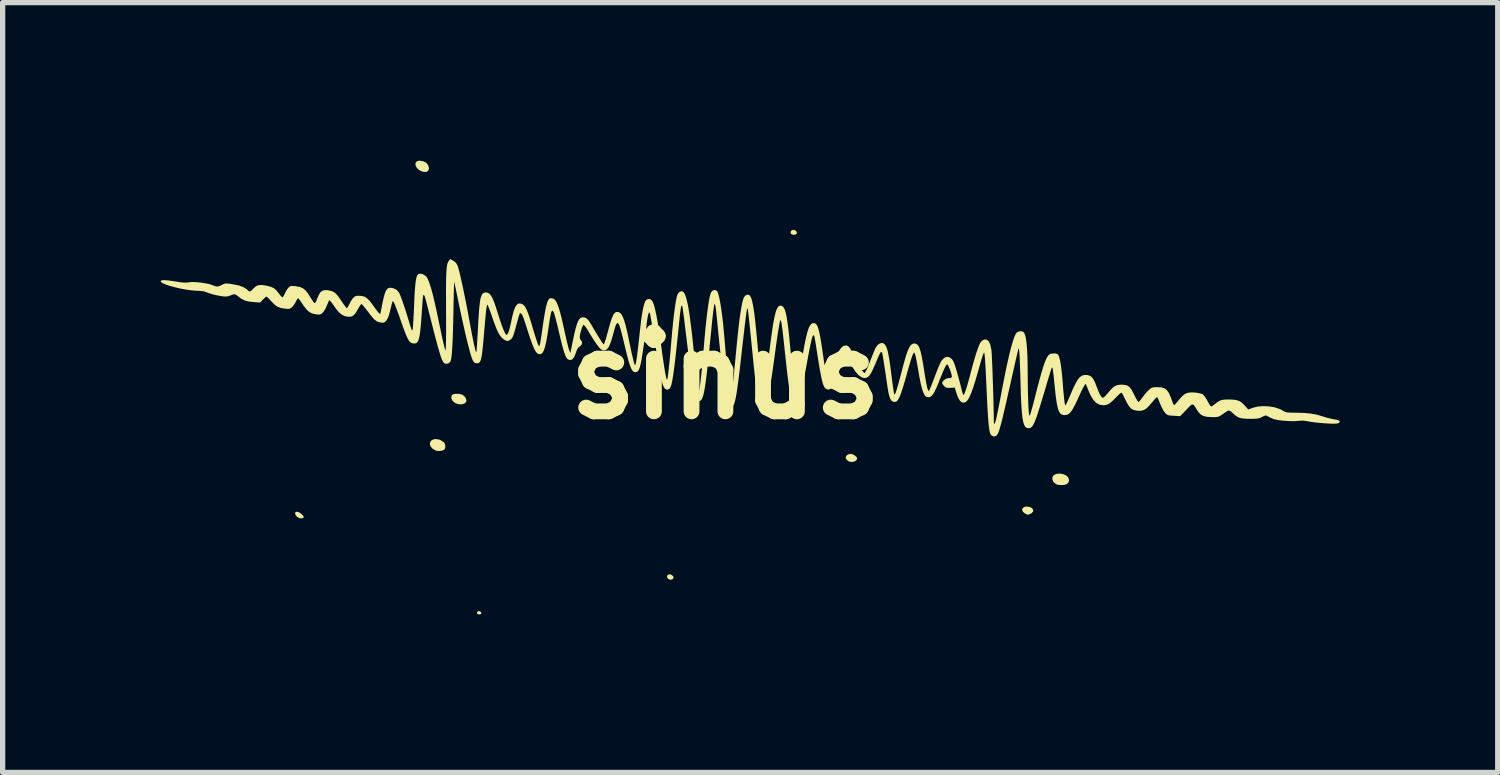
<source format=kicad_pcb>
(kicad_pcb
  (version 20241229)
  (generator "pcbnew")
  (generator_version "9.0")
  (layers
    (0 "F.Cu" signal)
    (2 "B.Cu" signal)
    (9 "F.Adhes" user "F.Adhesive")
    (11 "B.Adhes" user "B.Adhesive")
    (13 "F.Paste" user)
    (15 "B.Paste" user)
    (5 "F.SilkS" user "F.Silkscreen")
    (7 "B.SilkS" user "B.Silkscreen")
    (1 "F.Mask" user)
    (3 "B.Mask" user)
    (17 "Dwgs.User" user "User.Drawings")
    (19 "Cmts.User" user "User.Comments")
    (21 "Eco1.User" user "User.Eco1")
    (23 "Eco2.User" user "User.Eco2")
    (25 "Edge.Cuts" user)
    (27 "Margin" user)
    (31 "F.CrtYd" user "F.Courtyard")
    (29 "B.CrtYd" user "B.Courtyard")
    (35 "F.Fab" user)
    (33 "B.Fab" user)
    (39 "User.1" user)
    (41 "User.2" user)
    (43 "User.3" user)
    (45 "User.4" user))
  (footprint "sinus"
    (layer "F.Cu")
    (at 10.72 4.08)
    (property "Reference" "sinus" (at 0 0 0) (layer "F.SilkS") (effects (font (size 1.5 1.5) (thickness 0.3))))
    (attr board_only exclude_from_pos_files exclude_from_bom)
    (fp_poly (pts (xy -4.648 4.481) (xy -4.633 4.503) (xy -4.638 4.524) (xy -4.664 4.533) (xy -4.696 4.529) (xy -4.713 4.517) (xy -4.715 4.491) (xy -4.693 4.473) (xy -4.674 4.47)) (stroke (width 0) (type solid)) (fill yes) (layer "F.SilkS"))
    (fp_poly (pts (xy 1.327 -2.756) (xy 1.352 -2.73) (xy 1.355 -2.698) (xy 1.354 -2.697) (xy 1.333 -2.679) (xy 1.298 -2.673) (xy 1.262 -2.679) (xy 1.241 -2.696) (xy 1.24 -2.696) (xy 1.238 -2.735) (xy 1.261 -2.761) (xy 1.287 -2.767)) (stroke (width 0) (type solid)) (fill yes) (layer "F.SilkS"))
    (fp_poly (pts (xy -1.011 3.789) (xy -0.989 3.813) (xy -0.984 3.84) (xy -1 3.862) (xy -1.009 3.867) (xy -1.041 3.875) (xy -1.067 3.868) (xy -1.082 3.86) (xy -1.106 3.833) (xy -1.107 3.801) (xy -1.086 3.778) (xy -1.079 3.775) (xy -1.042 3.774)) (stroke (width 0) (type solid)) (fill yes) (layer "F.SilkS"))
    (fp_poly (pts (xy -8.116 2.586) (xy -8.081 2.602) (xy -8.043 2.631) (xy -8.014 2.663) (xy -8.003 2.688) (xy -8.016 2.703) (xy -8.047 2.709) (xy -8.083 2.706) (xy -8.09 2.704) (xy -8.13 2.68) (xy -8.157 2.65) (xy -8.169 2.62) (xy -8.164 2.595) (xy -8.141 2.584)) (stroke (width 0) (type solid)) (fill yes) (layer "F.SilkS"))
    (fp_poly (pts (xy -5.732 -4.068) (xy -5.674 -4.036) (xy -5.638 -3.987) (xy -5.627 -3.933) (xy -5.639 -3.891) (xy -5.673 -3.868) (xy -5.724 -3.866) (xy -5.767 -3.878) (xy -5.823 -3.909) (xy -5.861 -3.949) (xy -5.882 -3.991) (xy -5.884 -4.03) (xy -5.865 -4.061) (xy -5.826 -4.078) (xy -5.806 -4.08)) (stroke (width 0) (type solid)) (fill yes) (layer "F.SilkS"))
    (fp_poly (pts (xy 5.776 2.494) (xy 5.819 2.515) (xy 5.841 2.545) (xy 5.841 2.578) (xy 5.814 2.609) (xy 5.8 2.618) (xy 5.761 2.636) (xy 5.734 2.639) (xy 5.703 2.626) (xy 5.688 2.618) (xy 5.646 2.584) (xy 5.632 2.547) (xy 5.644 2.513) (xy 5.679 2.491) (xy 5.718 2.485)) (stroke (width 0) (type solid)) (fill yes) (layer "F.SilkS"))
    (fp_poly (pts (xy 2.416 1.494) (xy 2.458 1.517) (xy 2.489 1.545) (xy 2.501 1.571) (xy 2.487 1.606) (xy 2.452 1.63) (xy 2.403 1.64) (xy 2.348 1.632) (xy 2.345 1.63) (xy 2.312 1.608) (xy 2.288 1.574) (xy 2.282 1.553) (xy 2.296 1.521) (xy 2.33 1.495) (xy 2.374 1.485) (xy 2.375 1.485)) (stroke (width 0) (type solid)) (fill yes) (layer "F.SilkS"))
    (fp_poly (pts (xy 6.423 1.874) (xy 6.478 1.902) (xy 6.511 1.94) (xy 6.524 1.992) (xy 6.507 2.035) (xy 6.472 2.063) (xy 6.43 2.075) (xy 6.373 2.078) (xy 6.316 2.073) (xy 6.276 2.061) (xy 6.231 2.024) (xy 6.208 1.978) (xy 6.207 1.931) (xy 6.231 1.892) (xy 6.24 1.884) (xy 6.294 1.863) (xy 6.358 1.86)) (stroke (width 0) (type solid)) (fill yes) (layer "F.SilkS"))
    (fp_poly (pts (xy -5.417 1.218) (xy -5.352 1.26) (xy -5.334 1.279) (xy -5.318 1.318) (xy -5.317 1.363) (xy -5.331 1.399) (xy -5.337 1.406) (xy -5.377 1.424) (xy -5.432 1.431) (xy -5.485 1.427) (xy -5.502 1.421) (xy -5.561 1.386) (xy -5.597 1.343) (xy -5.611 1.298) (xy -5.602 1.256) (xy -5.572 1.223) (xy -5.519 1.205) (xy -5.493 1.204)) (stroke (width 0) (type solid)) (fill yes) (layer "F.SilkS"))
    (fp_poly (pts (xy -5.057 0.347) (xy -5.006 0.358) (xy -4.994 0.363) (xy -4.956 0.391) (xy -4.928 0.431) (xy -4.915 0.472) (xy -4.918 0.492) (xy -4.946 0.526) (xy -4.993 0.544) (xy -5.051 0.545) (xy -5.111 0.529) (xy -5.144 0.511) (xy -5.185 0.471) (xy -5.204 0.425) (xy -5.198 0.381) (xy -5.189 0.366) (xy -5.159 0.351) (xy -5.112 0.345)) (stroke (width 0) (type solid)) (fill yes) (layer "F.SilkS"))
    (fp_poly (pts (xy -5.164 -2.18) (xy -5.114 -2.141) (xy -5.084 -2.087) (xy -5.065 -2.025) (xy -5.042 -1.936) (xy -5.016 -1.823) (xy -4.986 -1.689) (xy -4.955 -1.537) (xy -4.921 -1.371) (xy -4.887 -1.194) (xy -4.868 -1.086) (xy -4.836 -0.915) (xy -4.809 -0.772) (xy -4.786 -0.658) (xy -4.767 -0.569) (xy -4.752 -0.505) (xy -4.741 -0.464) (xy -4.732 -0.444) (xy -4.731 -0.443) (xy -4.729 -0.443) (xy -4.727 -0.451) (xy -4.724 -0.469) (xy -4.721 -0.5) (xy -4.718 -0.547) (xy -4.714 -0.612) (xy -4.709 -0.698) (xy -4.702 -0.808) (xy -4.695 -0.945) (xy -4.689 -1.051) (xy -4.68 -1.196) (xy -4.67 -1.313) (xy -4.659 -1.405) (xy -4.646 -1.474) (xy -4.629 -1.523) (xy -4.609 -1.555) (xy -4.584 -1.572) (xy -4.554 -1.579) (xy -4.548 -1.579) (xy -4.514 -1.574) (xy -4.484 -1.558) (xy -4.455 -1.528) (xy -4.427 -1.48) (xy -4.397 -1.412) (xy -4.364 -1.32) (xy -4.326 -1.202) (xy -4.313 -1.161) (xy -4.272 -1.031) (xy -4.235 -0.926) (xy -4.203 -0.847) (xy -4.177 -0.795) (xy -4.159 -0.775) (xy -4.141 -0.779) (xy -4.121 -0.814) (xy -4.1 -0.878) (xy -4.078 -0.97) (xy -4.072 -1) (xy -4.045 -1.126) (xy -4.02 -1.223) (xy -3.993 -1.293) (xy -3.965 -1.34) (xy -3.934 -1.365) (xy -3.899 -1.37) (xy -3.86 -1.359) (xy -3.829 -1.339) (xy -3.799 -1.301) (xy -3.769 -1.242) (xy -3.737 -1.16) (xy -3.702 -1.053) (xy -3.681 -0.984) (xy -3.64 -0.845) (xy -3.606 -0.736) (xy -3.579 -0.653) (xy -3.558 -0.597) (xy -3.543 -0.565) (xy -3.533 -0.556) (xy -3.532 -0.557) (xy -3.525 -0.577) (xy -3.515 -0.621) (xy -3.504 -0.686) (xy -3.492 -0.763) (xy -3.486 -0.805) (xy -3.463 -0.97) (xy -3.442 -1.106) (xy -3.423 -1.216) (xy -3.406 -1.302) (xy -3.389 -1.368) (xy -3.373 -1.415) (xy -3.356 -1.446) (xy -3.338 -1.463) (xy -3.318 -1.469) (xy -3.314 -1.469) (xy -3.283 -1.466) (xy -3.255 -1.454) (xy -3.23 -1.431) (xy -3.206 -1.395) (xy -3.183 -1.342) (xy -3.158 -1.271) (xy -3.132 -1.179) (xy -3.103 -1.063) (xy -3.071 -0.92) (xy -3.041 -0.786) (xy -3.021 -0.697) (xy -3.002 -0.615) (xy -2.984 -0.547) (xy -2.971 -0.498) (xy -2.965 -0.481) (xy -2.943 -0.43) (xy -2.924 -0.524) (xy -2.893 -0.674) (xy -2.867 -0.797) (xy -2.843 -0.895) (xy -2.821 -0.97) (xy -2.8 -1.025) (xy -2.779 -1.064) (xy -2.757 -1.089) (xy -2.732 -1.102) (xy -2.711 -1.107) (xy -2.669 -1.103) (xy -2.631 -1.082) (xy -2.592 -1.039) (xy -2.548 -0.971) (xy -2.543 -0.961) (xy -2.501 -0.889) (xy -2.457 -0.815) (xy -2.414 -0.745) (xy -2.375 -0.683) (xy -2.343 -0.633) (xy -2.321 -0.602) (xy -2.313 -0.594) (xy -2.304 -0.603) (xy -2.292 -0.63) (xy -2.275 -0.679) (xy -2.254 -0.752) (xy -2.226 -0.852) (xy -2.212 -0.907) (xy -2.18 -1.017) (xy -2.152 -1.1) (xy -2.126 -1.158) (xy -2.099 -1.193) (xy -2.07 -1.209) (xy -2.037 -1.207) (xy -2.021 -1.202) (xy -1.994 -1.186) (xy -1.968 -1.154) (xy -1.944 -1.106) (xy -1.919 -1.039) (xy -1.893 -0.949) (xy -1.865 -0.834) (xy -1.835 -0.693) (xy -1.821 -0.625) (xy -1.801 -0.53) (xy -1.782 -0.438) (xy -1.763 -0.357) (xy -1.748 -0.295) (xy -1.741 -0.266) (xy -1.726 -0.218) (xy -1.717 -0.198) (xy -1.71 -0.201) (xy -1.703 -0.223) (xy -1.702 -0.226) (xy -1.694 -0.265) (xy -1.683 -0.335) (xy -1.67 -0.433) (xy -1.655 -0.558) (xy -1.638 -0.709) (xy -1.619 -0.885) (xy -1.617 -0.899) (xy -1.599 -1.055) (xy -1.579 -1.187) (xy -1.559 -1.293) (xy -1.538 -1.371) (xy -1.522 -1.41) (xy -1.495 -1.444) (xy -1.456 -1.454) (xy -1.454 -1.454) (xy -1.42 -1.448) (xy -1.396 -1.426) (xy -1.377 -1.394) (xy -1.357 -1.343) (xy -1.336 -1.262) (xy -1.312 -1.153) (xy -1.287 -1.018) (xy -1.261 -0.858) (xy -1.234 -0.676) (xy -1.22 -0.571) (xy -1.195 -0.39) (xy -1.173 -0.239) (xy -1.154 -0.116) (xy -1.137 -0.023) (xy -1.124 0.04) (xy -1.114 0.073) (xy -1.11 0.078) (xy -1.102 0.063) (xy -1.093 0.016) (xy -1.083 -0.062) (xy -1.071 -0.171) (xy -1.057 -0.311) (xy -1.041 -0.482) (xy -1.031 -0.602) (xy -1.012 -0.821) (xy -0.993 -1.014) (xy -0.974 -1.179) (xy -0.956 -1.315) (xy -0.939 -1.423) (xy -0.922 -1.501) (xy -0.906 -1.549) (xy -0.904 -1.551) (xy -0.88 -1.58) (xy -0.856 -1.596) (xy -0.83 -1.603) (xy -0.805 -1.594) (xy -0.782 -1.567) (xy -0.76 -1.522) (xy -0.739 -1.455) (xy -0.718 -1.367) (xy -0.697 -1.255) (xy -0.676 -1.118) (xy -0.655 -0.955) (xy -0.632 -0.764) (xy -0.609 -0.544) (xy -0.602 -0.477) (xy -0.581 -0.278) (xy -0.562 -0.109) (xy -0.546 0.03) (xy -0.532 0.139) (xy -0.519 0.217) (xy -0.509 0.264) (xy -0.502 0.281) (xy -0.499 0.279) (xy -0.493 0.254) (xy -0.484 0.201) (xy -0.474 0.125) (xy -0.463 0.028) (xy -0.451 -0.086) (xy -0.438 -0.213) (xy -0.426 -0.35) (xy -0.414 -0.492) (xy -0.395 -0.721) (xy -0.376 -0.926) (xy -0.356 -1.106) (xy -0.337 -1.259) (xy -0.319 -1.386) (xy -0.301 -1.484) (xy -0.283 -1.553) (xy -0.271 -1.583) (xy -0.241 -1.615) (xy -0.203 -1.626) (xy -0.167 -1.613) (xy -0.159 -1.605) (xy -0.141 -1.569) (xy -0.122 -1.503) (xy -0.103 -1.411) (xy -0.083 -1.294) (xy -0.064 -1.155) (xy -0.045 -0.996) (xy -0.028 -0.818) (xy -0.011 -0.625) (xy -0.008 -0.586) (xy 0.004 -0.436) (xy 0.017 -0.29) (xy 0.03 -0.15) (xy 0.043 -0.019) (xy 0.056 0.101) (xy 0.068 0.205) (xy 0.079 0.293) (xy 0.089 0.361) (xy 0.097 0.406) (xy 0.104 0.426) (xy 0.108 0.418) (xy 0.108 0.414) (xy 0.111 0.391) (xy 0.118 0.348) (xy 0.125 0.305) (xy 0.13 0.266) (xy 0.138 0.201) (xy 0.147 0.114) (xy 0.158 0.01) (xy 0.169 -0.108) (xy 0.181 -0.233) (xy 0.188 -0.304) (xy 0.211 -0.544) (xy 0.232 -0.755) (xy 0.252 -0.937) (xy 0.271 -1.091) (xy 0.29 -1.219) (xy 0.307 -1.322) (xy 0.324 -1.402) (xy 0.341 -1.459) (xy 0.352 -1.486) (xy 0.383 -1.523) (xy 0.42 -1.538) (xy 0.455 -1.527) (xy 0.46 -1.523) (xy 0.476 -1.501) (xy 0.492 -1.467) (xy 0.506 -1.419) (xy 0.52 -1.355) (xy 0.535 -1.274) (xy 0.549 -1.173) (xy 0.564 -1.051) (xy 0.579 -0.905) (xy 0.596 -0.734) (xy 0.614 -0.535) (xy 0.633 -0.307) (xy 0.633 -0.305) (xy 0.644 -0.179) (xy 0.654 -0.059) (xy 0.664 0.051) (xy 0.674 0.146) (xy 0.681 0.221) (xy 0.687 0.271) (xy 0.688 0.281) (xy 0.696 0.337) (xy 0.701 0.382) (xy 0.703 0.405) (xy 0.707 0.421) (xy 0.711 0.42) (xy 0.718 0.399) (xy 0.729 0.347) (xy 0.742 0.268) (xy 0.757 0.162) (xy 0.775 0.029) (xy 0.795 -0.127) (xy 0.817 -0.306) (xy 0.821 -0.343) (xy 0.846 -0.548) (xy 0.869 -0.724) (xy 0.89 -0.873) (xy 0.909 -0.997) (xy 0.928 -1.098) (xy 0.947 -1.178) (xy 0.965 -1.238) (xy 0.985 -1.282) (xy 1.005 -1.31) (xy 1.027 -1.325) (xy 1.047 -1.329) (xy 1.072 -1.324) (xy 1.093 -1.309) (xy 1.113 -1.282) (xy 1.131 -1.24) (xy 1.148 -1.181) (xy 1.164 -1.103) (xy 1.179 -1.004) (xy 1.195 -0.882) (xy 1.211 -0.735) (xy 1.228 -0.56) (xy 1.242 -0.414) (xy 1.259 -0.231) (xy 1.273 -0.077) (xy 1.286 0.049) (xy 1.297 0.149) (xy 1.307 0.224) (xy 1.315 0.277) (xy 1.323 0.308) (xy 1.329 0.321) (xy 1.336 0.312) (xy 1.346 0.28) (xy 1.359 0.223) (xy 1.375 0.14) (xy 1.395 0.03) (xy 1.42 -0.109) (xy 1.448 -0.277) (xy 1.454 -0.313) (xy 1.483 -0.484) (xy 1.509 -0.626) (xy 1.534 -0.741) (xy 1.557 -0.832) (xy 1.581 -0.901) (xy 1.604 -0.95) (xy 1.629 -0.98) (xy 1.655 -0.995) (xy 1.685 -0.996) (xy 1.694 -0.994) (xy 1.714 -0.985) (xy 1.731 -0.967) (xy 1.748 -0.936) (xy 1.764 -0.891) (xy 1.78 -0.83) (xy 1.797 -0.749) (xy 1.815 -0.646) (xy 1.835 -0.518) (xy 1.857 -0.365) (xy 1.876 -0.229) (xy 1.889 -0.139) (xy 1.902 -0.054) (xy 1.915 0.017) (xy 1.925 0.068) (xy 1.929 0.084) (xy 1.941 0.122) (xy 1.951 0.135) (xy 1.961 0.124) (xy 1.965 0.117) (xy 1.975 0.092) (xy 1.992 0.043) (xy 2.013 -0.025) (xy 2.037 -0.105) (xy 2.054 -0.161) (xy 2.081 -0.249) (xy 2.107 -0.332) (xy 2.131 -0.402) (xy 2.15 -0.452) (xy 2.157 -0.47) (xy 2.199 -0.531) (xy 2.246 -0.566) (xy 2.295 -0.573) (xy 2.309 -0.569) (xy 2.335 -0.555) (xy 2.36 -0.527) (xy 2.387 -0.482) (xy 2.419 -0.415) (xy 2.458 -0.324) (xy 2.465 -0.304) (xy 2.507 -0.216) (xy 2.554 -0.142) (xy 2.578 -0.112) (xy 2.64 -0.046) (xy 2.666 -0.085) (xy 2.681 -0.114) (xy 2.704 -0.166) (xy 2.731 -0.232) (xy 2.759 -0.303) (xy 2.788 -0.377) (xy 2.815 -0.445) (xy 2.838 -0.499) (xy 2.852 -0.53) (xy 2.888 -0.58) (xy 2.932 -0.611) (xy 2.975 -0.62) (xy 2.985 -0.618) (xy 3.012 -0.604) (xy 3.035 -0.579) (xy 3.056 -0.541) (xy 3.075 -0.486) (xy 3.092 -0.411) (xy 3.11 -0.314) (xy 3.128 -0.192) (xy 3.147 -0.042) (xy 3.15 -0.021) (xy 3.163 0.08) (xy 3.175 0.172) (xy 3.186 0.25) (xy 3.195 0.309) (xy 3.202 0.344) (xy 3.204 0.35) (xy 3.21 0.357) (xy 3.219 0.349) (xy 3.232 0.322) (xy 3.248 0.275) (xy 3.268 0.206) (xy 3.295 0.113) (xy 3.327 -0.007) (xy 3.358 -0.125) (xy 3.395 -0.264) (xy 3.427 -0.375) (xy 3.456 -0.46) (xy 3.484 -0.524) (xy 3.51 -0.568) (xy 3.537 -0.595) (xy 3.566 -0.607) (xy 3.587 -0.61) (xy 3.617 -0.605) (xy 3.642 -0.591) (xy 3.665 -0.563) (xy 3.686 -0.519) (xy 3.705 -0.456) (xy 3.725 -0.371) (xy 3.745 -0.262) (xy 3.768 -0.125) (xy 3.776 -0.074) (xy 3.79 0.018) (xy 3.805 0.103) (xy 3.819 0.174) (xy 3.83 0.226) (xy 3.836 0.246) (xy 3.849 0.282) (xy 3.859 0.292) (xy 3.869 0.279) (xy 3.875 0.268) (xy 3.887 0.241) (xy 3.907 0.191) (xy 3.934 0.124) (xy 3.964 0.045) (xy 3.98 0.003) (xy 4.012 -0.081) (xy 4.044 -0.16) (xy 4.073 -0.226) (xy 4.096 -0.272) (xy 4.104 -0.285) (xy 4.151 -0.335) (xy 4.202 -0.357) (xy 4.254 -0.348) (xy 4.301 -0.311) (xy 4.327 -0.27) (xy 4.343 -0.233) (xy 4.364 -0.171) (xy 4.388 -0.091) (xy 4.415 0.000334) (xy 4.441 0.097) (xy 4.466 0.192) (xy 4.486 0.277) (xy 4.499 0.325) (xy 4.512 0.358) (xy 4.518 0.368) (xy 4.529 0.358) (xy 4.546 0.32) (xy 4.568 0.258) (xy 4.594 0.173) (xy 4.623 0.07) (xy 4.655 -0.05) (xy 4.659 -0.065) (xy 4.692 -0.19) (xy 4.726 -0.31) (xy 4.759 -0.419) (xy 4.791 -0.512) (xy 4.818 -0.583) (xy 4.832 -0.613) (xy 4.868 -0.661) (xy 4.914 -0.685) (xy 4.961 -0.683) (xy 4.962 -0.682) (xy 4.998 -0.652) (xy 5.026 -0.592) (xy 5.047 -0.502) (xy 5.049 -0.492) (xy 5.052 -0.457) (xy 5.056 -0.394) (xy 5.06 -0.309) (xy 5.065 -0.204) (xy 5.07 -0.085) (xy 5.074 0.046) (xy 5.079 0.182) (xy 5.083 0.322) (xy 5.087 0.46) (xy 5.09 0.592) (xy 5.093 0.715) (xy 5.095 0.824) (xy 5.095 0.867) (xy 5.098 0.904) (xy 5.106 0.916) (xy 5.11 0.914) (xy 5.116 0.902) (xy 5.124 0.88) (xy 5.134 0.844) (xy 5.147 0.791) (xy 5.162 0.72) (xy 5.18 0.628) (xy 5.203 0.512) (xy 5.231 0.369) (xy 5.252 0.258) (xy 5.299 0.016) (xy 5.342 -0.194) (xy 5.383 -0.375) (xy 5.42 -0.524) (xy 5.454 -0.644) (xy 5.484 -0.733) (xy 5.512 -0.793) (xy 5.528 -0.815) (xy 5.565 -0.837) (xy 5.613 -0.844) (xy 5.652 -0.832) (xy 5.673 -0.808) (xy 5.691 -0.764) (xy 5.705 -0.699) (xy 5.717 -0.611) (xy 5.726 -0.499) (xy 5.733 -0.36) (xy 5.737 -0.194) (xy 5.738 -0.031) (xy 5.74 0.164) (xy 5.743 0.333) (xy 5.747 0.475) (xy 5.751 0.589) (xy 5.757 0.675) (xy 5.763 0.732) (xy 5.771 0.759) (xy 5.778 0.758) (xy 5.787 0.734) (xy 5.802 0.685) (xy 5.822 0.615) (xy 5.845 0.53) (xy 5.87 0.434) (xy 5.877 0.406) (xy 5.922 0.228) (xy 5.962 0.078) (xy 5.997 -0.046) (xy 6.027 -0.148) (xy 6.055 -0.23) (xy 6.079 -0.293) (xy 6.102 -0.342) (xy 6.125 -0.378) (xy 6.138 -0.394) (xy 6.171 -0.413) (xy 6.218 -0.421) (xy 6.267 -0.42) (xy 6.304 -0.408) (xy 6.313 -0.401) (xy 6.333 -0.361) (xy 6.352 -0.289) (xy 6.37 -0.186) (xy 6.386 -0.053) (xy 6.401 0.109) (xy 6.411 0.245) (xy 6.421 0.352) (xy 6.429 0.434) (xy 6.436 0.493) (xy 6.442 0.532) (xy 6.448 0.554) (xy 6.454 0.562) (xy 6.455 0.563) (xy 6.465 0.549) (xy 6.484 0.512) (xy 6.509 0.456) (xy 6.539 0.387) (xy 6.549 0.363) (xy 6.601 0.242) (xy 6.647 0.148) (xy 6.688 0.078) (xy 6.727 0.03) (xy 6.768 0.001) (xy 6.811 -0.012) (xy 6.859 -0.012) (xy 6.874 -0.01) (xy 6.919 0.003) (xy 6.956 0.03) (xy 6.989 0.075) (xy 7.022 0.143) (xy 7.047 0.21) (xy 7.083 0.303) (xy 7.114 0.369) (xy 7.141 0.407) (xy 7.164 0.422) (xy 7.167 0.422) (xy 7.186 0.411) (xy 7.217 0.38) (xy 7.256 0.336) (xy 7.269 0.32) (xy 7.327 0.253) (xy 7.377 0.209) (xy 7.427 0.183) (xy 7.485 0.173) (xy 7.518 0.172) (xy 7.583 0.176) (xy 7.633 0.191) (xy 7.674 0.221) (xy 7.711 0.271) (xy 7.75 0.346) (xy 7.757 0.36) (xy 7.787 0.419) (xy 7.813 0.466) (xy 7.833 0.494) (xy 7.84 0.5) (xy 7.857 0.488) (xy 7.885 0.457) (xy 7.916 0.414) (xy 7.958 0.359) (xy 8.005 0.304) (xy 8.036 0.274) (xy 8.071 0.244) (xy 8.101 0.228) (xy 8.138 0.221) (xy 8.192 0.219) (xy 8.204 0.219) (xy 8.277 0.224) (xy 8.334 0.241) (xy 8.379 0.275) (xy 8.418 0.329) (xy 8.453 0.408) (xy 8.479 0.481) (xy 8.496 0.526) (xy 8.512 0.554) (xy 8.52 0.56) (xy 8.535 0.546) (xy 8.565 0.514) (xy 8.601 0.47) (xy 8.608 0.461) (xy 8.668 0.393) (xy 8.721 0.349) (xy 8.776 0.326) (xy 8.843 0.318) (xy 8.909 0.321) (xy 8.971 0.329) (xy 9.024 0.341) (xy 9.058 0.353) (xy 9.059 0.354) (xy 9.085 0.379) (xy 9.116 0.423) (xy 9.142 0.466) (xy 9.176 0.528) (xy 9.199 0.566) (xy 9.217 0.583) (xy 9.236 0.582) (xy 9.26 0.565) (xy 9.287 0.544) (xy 9.344 0.5) (xy 9.391 0.473) (xy 9.439 0.459) (xy 9.499 0.454) (xy 9.545 0.453) (xy 9.638 0.456) (xy 9.708 0.466) (xy 9.763 0.487) (xy 9.81 0.521) (xy 9.854 0.564) (xy 9.925 0.643) (xy 10.012 0.611) (xy 10.106 0.587) (xy 10.214 0.579) (xy 10.327 0.585) (xy 10.435 0.604) (xy 10.528 0.636) (xy 10.568 0.657) (xy 10.601 0.677) (xy 10.63 0.691) (xy 10.663 0.698) (xy 10.709 0.702) (xy 10.773 0.704) (xy 10.818 0.704) (xy 10.98 0.708) (xy 11.118 0.721) (xy 11.236 0.744) (xy 11.33 0.772) (xy 11.403 0.795) (xy 11.487 0.816) (xy 11.547 0.828) (xy 11.608 0.839) (xy 11.642 0.851) (xy 11.658 0.864) (xy 11.661 0.875) (xy 11.651 0.896) (xy 11.619 0.908) (xy 11.602 0.91) (xy 11.552 0.913) (xy 11.48 0.911) (xy 11.393 0.906) (xy 11.299 0.899) (xy 11.208 0.89) (xy 11.127 0.88) (xy 11.064 0.869) (xy 11.056 0.867) (xy 10.967 0.854) (xy 10.883 0.858) (xy 10.875 0.859) (xy 10.815 0.864) (xy 10.735 0.864) (xy 10.645 0.86) (xy 10.556 0.852) (xy 10.477 0.841) (xy 10.418 0.828) (xy 10.413 0.827) (xy 10.359 0.805) (xy 10.307 0.779) (xy 10.307 0.779) (xy 10.275 0.761) (xy 10.252 0.757) (xy 10.224 0.766) (xy 10.188 0.784) (xy 10.148 0.803) (xy 10.106 0.814) (xy 10.052 0.819) (xy 9.98 0.82) (xy 9.884 0.819) (xy 9.811 0.812) (xy 9.755 0.799) (xy 9.709 0.777) (xy 9.664 0.743) (xy 9.641 0.722) (xy 9.606 0.689) (xy 9.58 0.669) (xy 9.557 0.663) (xy 9.529 0.672) (xy 9.49 0.696) (xy 9.433 0.736) (xy 9.424 0.742) (xy 9.387 0.766) (xy 9.355 0.78) (xy 9.315 0.787) (xy 9.259 0.788) (xy 9.231 0.788) (xy 9.139 0.782) (xy 9.07 0.766) (xy 9.018 0.735) (xy 8.974 0.686) (xy 8.956 0.66) (xy 8.92 0.599) (xy 8.893 0.561) (xy 8.871 0.546) (xy 8.847 0.553) (xy 8.814 0.582) (xy 8.765 0.632) (xy 8.75 0.648) (xy 8.632 0.77) (xy 8.509 0.762) (xy 8.447 0.758) (xy 8.406 0.751) (xy 8.379 0.738) (xy 8.355 0.717) (xy 8.34 0.699) (xy 8.311 0.657) (xy 8.279 0.597) (xy 8.251 0.532) (xy 8.248 0.525) (xy 8.227 0.47) (xy 8.208 0.429) (xy 8.195 0.408) (xy 8.193 0.406) (xy 8.179 0.418) (xy 8.15 0.448) (xy 8.112 0.492) (xy 8.093 0.515) (xy 8.032 0.585) (xy 7.98 0.632) (xy 7.931 0.658) (xy 7.878 0.668) (xy 7.817 0.666) (xy 7.758 0.655) (xy 7.712 0.634) (xy 7.674 0.598) (xy 7.636 0.542) (xy 7.598 0.469) (xy 7.57 0.412) (xy 7.546 0.364) (xy 7.53 0.334) (xy 7.527 0.33) (xy 7.515 0.325) (xy 7.493 0.338) (xy 7.457 0.37) (xy 7.408 0.42) (xy 7.344 0.484) (xy 7.292 0.526) (xy 7.247 0.551) (xy 7.201 0.561) (xy 7.173 0.563) (xy 7.102 0.552) (xy 7.039 0.518) (xy 6.983 0.459) (xy 6.93 0.372) (xy 6.885 0.268) (xy 6.84 0.154) (xy 6.813 0.19) (xy 6.796 0.218) (xy 6.77 0.268) (xy 6.739 0.333) (xy 6.706 0.405) (xy 6.705 0.406) (xy 6.654 0.519) (xy 6.61 0.605) (xy 6.572 0.668) (xy 6.537 0.711) (xy 6.503 0.736) (xy 6.466 0.748) (xy 6.425 0.749) (xy 6.416 0.748) (xy 6.385 0.739) (xy 6.359 0.721) (xy 6.337 0.689) (xy 6.317 0.642) (xy 6.3 0.576) (xy 6.284 0.488) (xy 6.269 0.377) (xy 6.254 0.239) (xy 6.243 0.129) (xy 6.234 0.039) (xy 6.225 -0.04) (xy 6.217 -0.102) (xy 6.21 -0.142) (xy 6.205 -0.156) (xy 6.202 -0.155) (xy 6.198 -0.151) (xy 6.192 -0.14) (xy 6.184 -0.119) (xy 6.173 -0.086) (xy 6.158 -0.037) (xy 6.138 0.029) (xy 6.111 0.117) (xy 6.078 0.229) (xy 6.037 0.368) (xy 6.034 0.377) (xy 5.987 0.532) (xy 5.947 0.66) (xy 5.914 0.763) (xy 5.885 0.843) (xy 5.859 0.904) (xy 5.836 0.947) (xy 5.813 0.975) (xy 5.791 0.992) (xy 5.767 0.998) (xy 5.741 0.998) (xy 5.714 0.989) (xy 5.69 0.968) (xy 5.67 0.933) (xy 5.654 0.881) (xy 5.64 0.81) (xy 5.629 0.718) (xy 5.62 0.603) (xy 5.612 0.462) (xy 5.606 0.292) (xy 5.604 0.211) (xy 5.599 0.025) (xy 5.594 -0.131) (xy 5.589 -0.259) (xy 5.585 -0.36) (xy 5.58 -0.434) (xy 5.575 -0.484) (xy 5.57 -0.511) (xy 5.565 -0.516) (xy 5.562 -0.508) (xy 5.555 -0.483) (xy 5.543 -0.43) (xy 5.525 -0.355) (xy 5.503 -0.26) (xy 5.478 -0.148) (xy 5.45 -0.025) (xy 5.42 0.108) (xy 5.415 0.133) (xy 5.37 0.331) (xy 5.332 0.501) (xy 5.298 0.645) (xy 5.27 0.765) (xy 5.246 0.863) (xy 5.225 0.943) (xy 5.207 1.005) (xy 5.192 1.053) (xy 5.178 1.088) (xy 5.165 1.113) (xy 5.153 1.13) (xy 5.14 1.142) (xy 5.136 1.145) (xy 5.095 1.156) (xy 5.054 1.138) (xy 5.044 1.129) (xy 5.032 1.11) (xy 5.021 1.08) (xy 5.011 1.036) (xy 5.002 0.976) (xy 4.994 0.898) (xy 4.986 0.799) (xy 4.978 0.675) (xy 4.97 0.525) (xy 4.963 0.383) (xy 4.955 0.197) (xy 4.947 0.04) (xy 4.941 -0.09) (xy 4.935 -0.195) (xy 4.93 -0.279) (xy 4.925 -0.342) (xy 4.921 -0.387) (xy 4.917 -0.417) (xy 4.913 -0.433) (xy 4.909 -0.438) (xy 4.909 -0.438) (xy 4.9 -0.423) (xy 4.886 -0.385) (xy 4.867 -0.326) (xy 4.845 -0.254) (xy 4.839 -0.231) (xy 4.789 -0.056) (xy 4.746 0.091) (xy 4.708 0.212) (xy 4.674 0.309) (xy 4.643 0.384) (xy 4.615 0.439) (xy 4.588 0.478) (xy 4.561 0.501) (xy 4.533 0.512) (xy 4.504 0.511) (xy 4.492 0.509) (xy 4.457 0.485) (xy 4.423 0.43) (xy 4.389 0.346) (xy 4.374 0.297) (xy 4.353 0.227) (xy 4.272 0.232) (xy 4.22 0.233) (xy 4.186 0.225) (xy 4.158 0.204) (xy 4.151 0.197) (xy 4.12 0.161) (xy 4.114 0.132) (xy 4.134 0.101) (xy 4.149 0.085) (xy 4.201 0.053) (xy 4.243 0.047) (xy 4.28 0.044) (xy 4.296 0.031) (xy 4.298 0.012) (xy 4.292 -0.024) (xy 4.277 -0.073) (xy 4.258 -0.126) (xy 4.238 -0.173) (xy 4.22 -0.205) (xy 4.211 -0.214) (xy 4.198 -0.207) (xy 4.178 -0.177) (xy 4.151 -0.122) (xy 4.116 -0.042) (xy 4.073 0.066) (xy 4.051 0.123) (xy 4.005 0.233) (xy 3.965 0.314) (xy 3.928 0.37) (xy 3.892 0.402) (xy 3.856 0.412) (xy 3.817 0.403) (xy 3.811 0.401) (xy 3.784 0.375) (xy 3.758 0.325) (xy 3.732 0.249) (xy 3.706 0.146) (xy 3.68 0.014) (xy 3.666 -0.07) (xy 3.645 -0.191) (xy 3.628 -0.284) (xy 3.614 -0.352) (xy 3.603 -0.399) (xy 3.593 -0.426) (xy 3.583 -0.437) (xy 3.58 -0.438) (xy 3.569 -0.425) (xy 3.552 -0.387) (xy 3.529 -0.322) (xy 3.5 -0.229) (xy 3.465 -0.107) (xy 3.446 -0.039) (xy 3.405 0.108) (xy 3.369 0.227) (xy 3.338 0.321) (xy 3.311 0.393) (xy 3.286 0.443) (xy 3.263 0.477) (xy 3.239 0.495) (xy 3.215 0.5) (xy 3.215 0.5) (xy 3.182 0.495) (xy 3.155 0.478) (xy 3.132 0.446) (xy 3.113 0.396) (xy 3.095 0.323) (xy 3.078 0.225) (xy 3.064 0.131) (xy 3.045 -0.003) (xy 3.027 -0.125) (xy 3.01 -0.232) (xy 2.996 -0.32) (xy 2.985 -0.384) (xy 2.977 -0.422) (xy 2.976 -0.426) (xy 2.965 -0.448) (xy 2.951 -0.448) (xy 2.933 -0.422) (xy 2.908 -0.37) (xy 2.892 -0.332) (xy 2.843 -0.215) (xy 2.803 -0.125) (xy 2.769 -0.057) (xy 2.739 -0.009) (xy 2.711 0.022) (xy 2.682 0.039) (xy 2.652 0.046) (xy 2.635 0.047) (xy 2.585 0.032) (xy 2.529 -0.008) (xy 2.472 -0.071) (xy 2.417 -0.153) (xy 2.368 -0.248) (xy 2.354 -0.279) (xy 2.328 -0.339) (xy 2.305 -0.387) (xy 2.289 -0.416) (xy 2.283 -0.422) (xy 2.269 -0.417) (xy 2.255 -0.401) (xy 2.239 -0.369) (xy 2.218 -0.32) (xy 2.193 -0.248) (xy 2.16 -0.151) (xy 2.143 -0.098) (xy 2.105 0.017) (xy 2.074 0.105) (xy 2.049 0.17) (xy 2.027 0.215) (xy 2.007 0.243) (xy 1.987 0.258) (xy 1.965 0.263) (xy 1.948 0.263) (xy 1.925 0.258) (xy 1.904 0.248) (xy 1.886 0.23) (xy 1.869 0.2) (xy 1.852 0.158) (xy 1.836 0.101) (xy 1.819 0.025) (xy 1.8 -0.071) (xy 1.779 -0.19) (xy 1.756 -0.334) (xy 1.729 -0.506) (xy 1.719 -0.571) (xy 1.706 -0.652) (xy 1.696 -0.708) (xy 1.689 -0.742) (xy 1.682 -0.76) (xy 1.675 -0.766) (xy 1.672 -0.766) (xy 1.664 -0.762) (xy 1.656 -0.747) (xy 1.646 -0.719) (xy 1.634 -0.675) (xy 1.62 -0.613) (xy 1.602 -0.528) (xy 1.581 -0.42) (xy 1.555 -0.284) (xy 1.548 -0.242) (xy 1.516 -0.073) (xy 1.488 0.068) (xy 1.464 0.183) (xy 1.444 0.275) (xy 1.425 0.347) (xy 1.407 0.4) (xy 1.391 0.438) (xy 1.373 0.463) (xy 1.355 0.477) (xy 1.335 0.483) (xy 1.318 0.485) (xy 1.295 0.479) (xy 1.275 0.46) (xy 1.257 0.426) (xy 1.24 0.374) (xy 1.223 0.302) (xy 1.207 0.208) (xy 1.19 0.09) (xy 1.172 -0.056) (xy 1.157 -0.195) (xy 1.144 -0.315) (xy 1.129 -0.447) (xy 1.115 -0.579) (xy 1.102 -0.7) (xy 1.094 -0.772) (xy 1.084 -0.86) (xy 1.073 -0.937) (xy 1.064 -0.998) (xy 1.055 -1.038) (xy 1.051 -1.05) (xy 1.046 -1.052) (xy 1.041 -1.046) (xy 1.035 -1.03) (xy 1.028 -1.001) (xy 1.02 -0.958) (xy 1.01 -0.898) (xy 0.997 -0.818) (xy 0.982 -0.716) (xy 0.964 -0.589) (xy 0.943 -0.437) (xy 0.922 -0.281) (xy 0.895 -0.091) (xy 0.871 0.07) (xy 0.85 0.205) (xy 0.831 0.315) (xy 0.814 0.403) (xy 0.798 0.472) (xy 0.783 0.522) (xy 0.769 0.557) (xy 0.754 0.579) (xy 0.747 0.585) (xy 0.707 0.598) (xy 0.67 0.582) (xy 0.641 0.54) (xy 0.64 0.537) (xy 0.629 0.503) (xy 0.619 0.456) (xy 0.607 0.393) (xy 0.595 0.312) (xy 0.582 0.211) (xy 0.567 0.088) (xy 0.551 -0.059) (xy 0.533 -0.233) (xy 0.513 -0.435) (xy 0.508 -0.482) (xy 0.49 -0.665) (xy 0.474 -0.818) (xy 0.461 -0.945) (xy 0.45 -1.047) (xy 0.441 -1.128) (xy 0.434 -1.189) (xy 0.428 -1.232) (xy 0.423 -1.26) (xy 0.419 -1.275) (xy 0.415 -1.279) (xy 0.414 -1.279) (xy 0.409 -1.26) (xy 0.401 -1.211) (xy 0.39 -1.134) (xy 0.377 -1.029) (xy 0.361 -0.897) (xy 0.343 -0.741) (xy 0.322 -0.559) (xy 0.305 -0.406) (xy 0.282 -0.202) (xy 0.261 -0.027) (xy 0.242 0.121) (xy 0.225 0.245) (xy 0.21 0.346) (xy 0.195 0.426) (xy 0.181 0.488) (xy 0.167 0.534) (xy 0.153 0.565) (xy 0.138 0.585) (xy 0.128 0.592) (xy 0.09 0.598) (xy 0.057 0.575) (xy 0.033 0.527) (xy 0.022 0.484) (xy 0.01 0.412) (xy -0.005 0.313) (xy -0.022 0.19) (xy -0.041 0.044) (xy -0.06 -0.121) (xy -0.081 -0.305) (xy -0.103 -0.504) (xy -0.125 -0.717) (xy -0.147 -0.941) (xy -0.156 -1.032) (xy -0.168 -1.146) (xy -0.177 -1.232) (xy -0.185 -1.294) (xy -0.192 -1.333) (xy -0.198 -1.354) (xy -0.204 -1.36) (xy -0.209 -1.353) (xy -0.214 -1.33) (xy -0.221 -1.29) (xy -0.229 -1.231) (xy -0.239 -1.148) (xy -0.251 -1.042) (xy -0.264 -0.909) (xy -0.28 -0.748) (xy -0.282 -0.735) (xy -0.304 -0.508) (xy -0.324 -0.311) (xy -0.342 -0.142) (xy -0.359 0.003) (xy -0.375 0.124) (xy -0.389 0.223) (xy -0.404 0.303) (xy -0.418 0.366) (xy -0.433 0.412) (xy -0.448 0.446) (xy -0.464 0.467) (xy -0.482 0.479) (xy -0.502 0.482) (xy -0.513 0.482) (xy -0.544 0.471) (xy -0.564 0.444) (xy -0.575 0.415) (xy -0.587 0.371) (xy -0.6 0.307) (xy -0.615 0.223) (xy -0.632 0.115) (xy -0.651 -0.017) (xy -0.672 -0.175) (xy -0.696 -0.361) (xy -0.723 -0.575) (xy -0.726 -0.602) (xy -0.747 -0.771) (xy -0.764 -0.911) (xy -0.778 -1.026) (xy -0.789 -1.117) (xy -0.799 -1.188) (xy -0.806 -1.241) (xy -0.811 -1.279) (xy -0.816 -1.304) (xy -0.82 -1.318) (xy -0.823 -1.326) (xy -0.826 -1.328) (xy -0.829 -1.329) (xy -0.833 -1.326) (xy -0.838 -1.317) (xy -0.843 -1.298) (xy -0.849 -1.267) (xy -0.855 -1.22) (xy -0.863 -1.156) (xy -0.872 -1.07) (xy -0.884 -0.96) (xy -0.897 -0.824) (xy -0.906 -0.735) (xy -0.93 -0.512) (xy -0.951 -0.319) (xy -0.971 -0.157) (xy -0.989 -0.024) (xy -1.006 0.08) (xy -1.022 0.157) (xy -1.036 0.206) (xy -1.038 0.209) (xy -1.059 0.248) (xy -1.085 0.264) (xy -1.101 0.266) (xy -1.128 0.261) (xy -1.152 0.243) (xy -1.173 0.211) (xy -1.193 0.161) (xy -1.213 0.09) (xy -1.234 -0.004) (xy -1.256 -0.124) (xy -1.275 -0.241) (xy -1.311 -0.466) (xy -1.343 -0.661) (xy -1.37 -0.825) (xy -1.392 -0.958) (xy -1.41 -1.06) (xy -1.422 -1.131) (xy -1.43 -1.171) (xy -1.432 -1.179) (xy -1.441 -1.2) (xy -1.451 -1.192) (xy -1.458 -1.18) (xy -1.468 -1.151) (xy -1.478 -1.101) (xy -1.486 -1.049) (xy -1.498 -0.953) (xy -1.512 -0.844) (xy -1.528 -0.728) (xy -1.545 -0.612) (xy -1.561 -0.5) (xy -1.577 -0.4) (xy -1.59 -0.317) (xy -1.601 -0.257) (xy -1.603 -0.244) (xy -1.624 -0.161) (xy -1.646 -0.106) (xy -1.672 -0.075) (xy -1.704 -0.065) (xy -1.716 -0.065) (xy -1.741 -0.074) (xy -1.764 -0.094) (xy -1.786 -0.129) (xy -1.808 -0.182) (xy -1.833 -0.256) (xy -1.859 -0.353) (xy -1.89 -0.477) (xy -1.908 -0.553) (xy -1.942 -0.697) (xy -1.971 -0.812) (xy -1.995 -0.898) (xy -2.016 -0.958) (xy -2.034 -0.99) (xy -2.051 -0.998) (xy -2.068 -0.981) (xy -2.086 -0.942) (xy -2.105 -0.88) (xy -2.128 -0.797) (xy -2.134 -0.774) (xy -2.165 -0.666) (xy -2.195 -0.586) (xy -2.224 -0.53) (xy -2.255 -0.496) (xy -2.278 -0.483) (xy -2.315 -0.476) (xy -2.35 -0.49) (xy -2.359 -0.497) (xy -2.395 -0.531) (xy -2.441 -0.592) (xy -2.498 -0.675) (xy -2.563 -0.778) (xy -2.605 -0.849) (xy -2.638 -0.902) (xy -2.668 -0.942) (xy -2.688 -0.963) (xy -2.694 -0.965) (xy -2.707 -0.947) (xy -2.724 -0.908) (xy -2.74 -0.857) (xy -2.755 -0.802) (xy -2.764 -0.752) (xy -2.765 -0.733) (xy -2.758 -0.694) (xy -2.743 -0.672) (xy -2.721 -0.637) (xy -2.725 -0.597) (xy -2.752 -0.563) (xy -2.763 -0.557) (xy -2.794 -0.533) (xy -2.818 -0.492) (xy -2.835 -0.443) (xy -2.863 -0.369) (xy -2.892 -0.322) (xy -2.925 -0.3) (xy -2.946 -0.297) (xy -2.971 -0.3) (xy -2.994 -0.312) (xy -3.014 -0.334) (xy -3.034 -0.371) (xy -3.055 -0.425) (xy -3.078 -0.499) (xy -3.104 -0.596) (xy -3.134 -0.718) (xy -3.159 -0.821) (xy -3.188 -0.947) (xy -3.213 -1.045) (xy -3.232 -1.119) (xy -3.248 -1.172) (xy -3.261 -1.206) (xy -3.272 -1.225) (xy -3.282 -1.231) (xy -3.288 -1.23) (xy -3.297 -1.224) (xy -3.305 -1.208) (xy -3.313 -1.18) (xy -3.322 -1.134) (xy -3.334 -1.069) (xy -3.348 -0.979) (xy -3.361 -0.889) (xy -3.383 -0.747) (xy -3.403 -0.634) (xy -3.424 -0.546) (xy -3.445 -0.483) (xy -3.467 -0.44) (xy -3.492 -0.415) (xy -3.52 -0.407) (xy -3.524 -0.406) (xy -3.549 -0.41) (xy -3.572 -0.423) (xy -3.595 -0.449) (xy -3.62 -0.489) (xy -3.646 -0.546) (xy -3.676 -0.622) (xy -3.711 -0.722) (xy -3.752 -0.846) (xy -3.799 -0.996) (xy -3.831 -1.089) (xy -3.858 -1.152) (xy -3.882 -1.184) (xy -3.901 -1.184) (xy -3.902 -1.183) (xy -3.909 -1.165) (xy -3.923 -1.123) (xy -3.94 -1.063) (xy -3.96 -0.991) (xy -3.963 -0.982) (xy -3.987 -0.89) (xy -4.006 -0.824) (xy -4.02 -0.777) (xy -4.033 -0.745) (xy -4.045 -0.722) (xy -4.058 -0.704) (xy -4.069 -0.692) (xy -4.113 -0.661) (xy -4.162 -0.661) (xy -4.215 -0.692) (xy -4.24 -0.715) (xy -4.27 -0.75) (xy -4.299 -0.793) (xy -4.327 -0.847) (xy -4.357 -0.917) (xy -4.391 -1.008) (xy -4.432 -1.123) (xy -4.439 -1.145) (xy -4.464 -1.218) (xy -4.487 -1.279) (xy -4.505 -1.323) (xy -4.516 -1.343) (xy -4.518 -1.344) (xy -4.523 -1.34) (xy -4.528 -1.325) (xy -4.534 -1.298) (xy -4.54 -1.254) (xy -4.547 -1.191) (xy -4.555 -1.106) (xy -4.565 -0.996) (xy -4.577 -0.859) (xy -4.58 -0.821) (xy -4.593 -0.67) (xy -4.605 -0.547) (xy -4.615 -0.45) (xy -4.626 -0.375) (xy -4.637 -0.32) (xy -4.649 -0.281) (xy -4.663 -0.256) (xy -4.68 -0.242) (xy -4.7 -0.236) (xy -4.722 -0.234) (xy -4.755 -0.24) (xy -4.779 -0.263) (xy -4.798 -0.295) (xy -4.816 -0.34) (xy -4.839 -0.413) (xy -4.866 -0.513) (xy -4.898 -0.635) (xy -4.932 -0.778) (xy -4.969 -0.94) (xy -5.009 -1.118) (xy -5.049 -1.309) (xy -5.091 -1.512) (xy -5.095 -1.531) (xy -5.112 -1.614) (xy -5.127 -1.685) (xy -5.139 -1.739) (xy -5.146 -1.771) (xy -5.148 -1.777) (xy -5.15 -1.763) (xy -5.151 -1.722) (xy -5.154 -1.655) (xy -5.156 -1.568) (xy -5.158 -1.462) (xy -5.161 -1.343) (xy -5.163 -1.212) (xy -5.164 -1.192) (xy -5.168 -0.98) (xy -5.173 -0.799) (xy -5.179 -0.646) (xy -5.186 -0.52) (xy -5.193 -0.42) (xy -5.201 -0.345) (xy -5.211 -0.294) (xy -5.22 -0.266) (xy -5.253 -0.234) (xy -5.299 -0.223) (xy -5.321 -0.228) (xy -5.336 -0.236) (xy -5.35 -0.249) (xy -5.364 -0.271) (xy -5.38 -0.302) (xy -5.397 -0.346) (xy -5.416 -0.405) (xy -5.439 -0.482) (xy -5.466 -0.577) (xy -5.498 -0.695) (xy -5.535 -0.837) (xy -5.578 -1.006) (xy -5.606 -1.117) (xy -5.642 -1.259) (xy -5.671 -1.372) (xy -5.693 -1.455) (xy -5.71 -1.509) (xy -5.723 -1.533) (xy -5.733 -1.529) (xy -5.741 -1.495) (xy -5.747 -1.433) (xy -5.754 -1.342) (xy -5.762 -1.224) (xy -5.767 -1.149) (xy -5.778 -1.001) (xy -5.789 -0.882) (xy -5.8 -0.789) (xy -5.814 -0.719) (xy -5.829 -0.668) (xy -5.847 -0.635) (xy -5.869 -0.617) (xy -5.896 -0.61) (xy -5.902 -0.61) (xy -5.935 -0.612) (xy -5.963 -0.621) (xy -5.989 -0.639) (xy -6.013 -0.671) (xy -6.039 -0.72) (xy -6.069 -0.788) (xy -6.103 -0.878) (xy -6.145 -0.995) (xy -6.15 -1.009) (xy -6.194 -1.134) (xy -6.23 -1.233) (xy -6.258 -1.307) (xy -6.279 -1.36) (xy -6.295 -1.393) (xy -6.306 -1.41) (xy -6.313 -1.413) (xy -6.315 -1.412) (xy -6.323 -1.392) (xy -6.336 -1.349) (xy -6.351 -1.289) (xy -6.361 -1.246) (xy -6.385 -1.154) (xy -6.41 -1.088) (xy -6.436 -1.046) (xy -6.466 -1.015) (xy -6.494 -1.004) (xy -6.535 -1.007) (xy -6.54 -1.007) (xy -6.583 -1.016) (xy -6.618 -1.031) (xy -6.652 -1.055) (xy -6.69 -1.093) (xy -6.736 -1.149) (xy -6.783 -1.211) (xy -6.828 -1.269) (xy -6.866 -1.316) (xy -6.895 -1.348) (xy -6.908 -1.36) (xy -6.922 -1.347) (xy -6.945 -1.314) (xy -6.973 -1.267) (xy -6.975 -1.263) (xy -7.017 -1.192) (xy -7.056 -1.147) (xy -7.096 -1.123) (xy -7.144 -1.117) (xy -7.181 -1.12) (xy -7.238 -1.134) (xy -7.289 -1.162) (xy -7.34 -1.207) (xy -7.396 -1.275) (xy -7.433 -1.328) (xy -7.468 -1.377) (xy -7.497 -1.413) (xy -7.516 -1.43) (xy -7.519 -1.43) (xy -7.53 -1.413) (xy -7.547 -1.375) (xy -7.565 -1.331) (xy -7.591 -1.273) (xy -7.622 -1.222) (xy -7.644 -1.196) (xy -7.672 -1.171) (xy -7.698 -1.16) (xy -7.735 -1.159) (xy -7.776 -1.164) (xy -7.84 -1.178) (xy -7.895 -1.205) (xy -7.946 -1.25) (xy -8 -1.317) (xy -8.034 -1.368) (xy -8.067 -1.416) (xy -8.094 -1.452) (xy -8.11 -1.469) (xy -8.112 -1.469) (xy -8.125 -1.456) (xy -8.143 -1.424) (xy -8.151 -1.408) (xy -8.18 -1.357) (xy -8.217 -1.31) (xy -8.223 -1.304) (xy -8.25 -1.281) (xy -8.276 -1.269) (xy -8.312 -1.267) (xy -8.362 -1.271) (xy -8.439 -1.284) (xy -8.499 -1.306) (xy -8.553 -1.343) (xy -8.611 -1.401) (xy -8.623 -1.414) (xy -8.661 -1.456) (xy -8.693 -1.487) (xy -8.71 -1.5) (xy -8.711 -1.5) (xy -8.729 -1.49) (xy -8.758 -1.463) (xy -8.778 -1.444) (xy -8.832 -1.387) (xy -8.956 -1.396) (xy -9.052 -1.407) (xy -9.126 -1.427) (xy -9.187 -1.458) (xy -9.241 -1.499) (xy -9.286 -1.533) (xy -9.322 -1.545) (xy -9.361 -1.537) (xy -9.388 -1.524) (xy -9.438 -1.507) (xy -9.483 -1.501) (xy -9.544 -1.505) (xy -9.621 -1.518) (xy -9.703 -1.535) (xy -9.778 -1.556) (xy -9.835 -1.576) (xy -9.839 -1.578) (xy -9.902 -1.6) (xy -9.979 -1.609) (xy -10.014 -1.61) (xy -10.092 -1.614) (xy -10.183 -1.624) (xy -10.28 -1.64) (xy -10.378 -1.66) (xy -10.473 -1.683) (xy -10.559 -1.707) (xy -10.632 -1.732) (xy -10.685 -1.756) (xy -10.715 -1.778) (xy -10.72 -1.786) (xy -10.714 -1.802) (xy -10.688 -1.811) (xy -10.64 -1.812) (xy -10.567 -1.805) (xy -10.466 -1.791) (xy -10.423 -1.784) (xy -10.338 -1.771) (xy -10.274 -1.765) (xy -10.223 -1.765) (xy -10.177 -1.772) (xy -10.12 -1.777) (xy -10.043 -1.774) (xy -9.956 -1.766) (xy -9.869 -1.752) (xy -9.791 -1.736) (xy -9.733 -1.716) (xy -9.722 -1.712) (xy -9.669 -1.692) (xy -9.62 -1.694) (xy -9.563 -1.719) (xy -9.557 -1.722) (xy -9.527 -1.738) (xy -9.501 -1.747) (xy -9.468 -1.749) (xy -9.421 -1.745) (xy -9.365 -1.737) (xy -9.242 -1.713) (xy -9.149 -1.68) (xy -9.085 -1.638) (xy -9.075 -1.628) (xy -9.049 -1.603) (xy -9.027 -1.598) (xy -9 -1.613) (xy -8.962 -1.651) (xy -8.956 -1.657) (xy -8.916 -1.693) (xy -8.873 -1.714) (xy -8.821 -1.721) (xy -8.751 -1.714) (xy -8.688 -1.702) (xy -8.619 -1.683) (xy -8.567 -1.657) (xy -8.522 -1.616) (xy -8.478 -1.561) (xy -8.447 -1.521) (xy -8.421 -1.493) (xy -8.408 -1.485) (xy -8.395 -1.498) (xy -8.375 -1.532) (xy -8.362 -1.562) (xy -8.335 -1.613) (xy -8.305 -1.658) (xy -8.291 -1.673) (xy -8.266 -1.693) (xy -8.238 -1.702) (xy -8.197 -1.701) (xy -8.165 -1.698) (xy -8.084 -1.684) (xy -8.023 -1.66) (xy -7.973 -1.621) (xy -7.925 -1.561) (xy -7.903 -1.526) (xy -7.858 -1.454) (xy -7.826 -1.406) (xy -7.805 -1.381) (xy -7.789 -1.378) (xy -7.776 -1.395) (xy -7.761 -1.43) (xy -7.747 -1.468) (xy -7.713 -1.542) (xy -7.68 -1.59) (xy -7.641 -1.616) (xy -7.591 -1.623) (xy -7.549 -1.621) (xy -7.487 -1.609) (xy -7.437 -1.588) (xy -7.391 -1.553) (xy -7.345 -1.498) (xy -7.291 -1.42) (xy -7.291 -1.42) (xy -7.253 -1.363) (xy -7.22 -1.317) (xy -7.196 -1.289) (xy -7.187 -1.282) (xy -7.173 -1.295) (xy -7.153 -1.328) (xy -7.142 -1.351) (xy -7.114 -1.405) (xy -7.081 -1.456) (xy -7.071 -1.469) (xy -7.039 -1.5) (xy -7.003 -1.514) (xy -6.962 -1.516) (xy -6.901 -1.512) (xy -6.851 -1.499) (xy -6.806 -1.471) (xy -6.759 -1.425) (xy -6.706 -1.357) (xy -6.681 -1.322) (xy -6.625 -1.245) (xy -6.585 -1.195) (xy -6.56 -1.172) (xy -6.55 -1.175) (xy -6.549 -1.178) (xy -6.546 -1.195) (xy -6.538 -1.236) (xy -6.526 -1.295) (xy -6.512 -1.368) (xy -6.511 -1.373) (xy -6.487 -1.482) (xy -6.464 -1.563) (xy -6.44 -1.619) (xy -6.412 -1.653) (xy -6.379 -1.667) (xy -6.337 -1.666) (xy -6.292 -1.654) (xy -6.239 -1.626) (xy -6.199 -1.58) (xy -6.194 -1.571) (xy -6.175 -1.53) (xy -6.149 -1.463) (xy -6.117 -1.374) (xy -6.081 -1.267) (xy -6.043 -1.146) (xy -6.003 -1.015) (xy -5.985 -0.954) (xy -5.966 -0.896) (xy -5.953 -0.866) (xy -5.944 -0.859) (xy -5.938 -0.868) (xy -5.935 -0.891) (xy -5.93 -0.941) (xy -5.925 -1.014) (xy -5.92 -1.105) (xy -5.915 -1.209) (xy -5.91 -1.323) (xy -5.91 -1.329) (xy -5.903 -1.486) (xy -5.896 -1.614) (xy -5.887 -1.717) (xy -5.878 -1.796) (xy -5.867 -1.854) (xy -5.854 -1.894) (xy -5.838 -1.919) (xy -5.829 -1.927) (xy -5.789 -1.936) (xy -5.739 -1.923) (xy -5.691 -1.893) (xy -5.681 -1.885) (xy -5.655 -1.844) (xy -5.625 -1.773) (xy -5.592 -1.673) (xy -5.556 -1.545) (xy -5.519 -1.389) (xy -5.486 -1.243) (xy -5.462 -1.129) (xy -5.437 -1.007) (xy -5.411 -0.887) (xy -5.388 -0.779) (xy -5.376 -0.719) (xy -5.358 -0.638) (xy -5.341 -0.568) (xy -5.326 -0.514) (xy -5.316 -0.483) (xy -5.313 -0.477) (xy -5.31 -0.489) (xy -5.307 -0.53) (xy -5.305 -0.6) (xy -5.303 -0.696) (xy -5.302 -0.817) (xy -5.302 -0.962) (xy -5.302 -1.129) (xy -5.303 -1.212) (xy -5.303 -1.405) (xy -5.304 -1.57) (xy -5.303 -1.708) (xy -5.302 -1.823) (xy -5.299 -1.917) (xy -5.295 -1.991) (xy -5.29 -2.05) (xy -5.284 -2.095) (xy -5.276 -2.128) (xy -5.266 -2.153) (xy -5.255 -2.172) (xy -5.252 -2.176) (xy -5.223 -2.212)) (stroke (width 0) (type solid)) (fill yes) (layer "F.SilkS")))
  (gr_rect
    (start -3 -3)
    (end 25.38 11.612)
    (stroke (width 0.1) (type default))
    (fill no)
    (layer "Edge.Cuts")))
</source>
